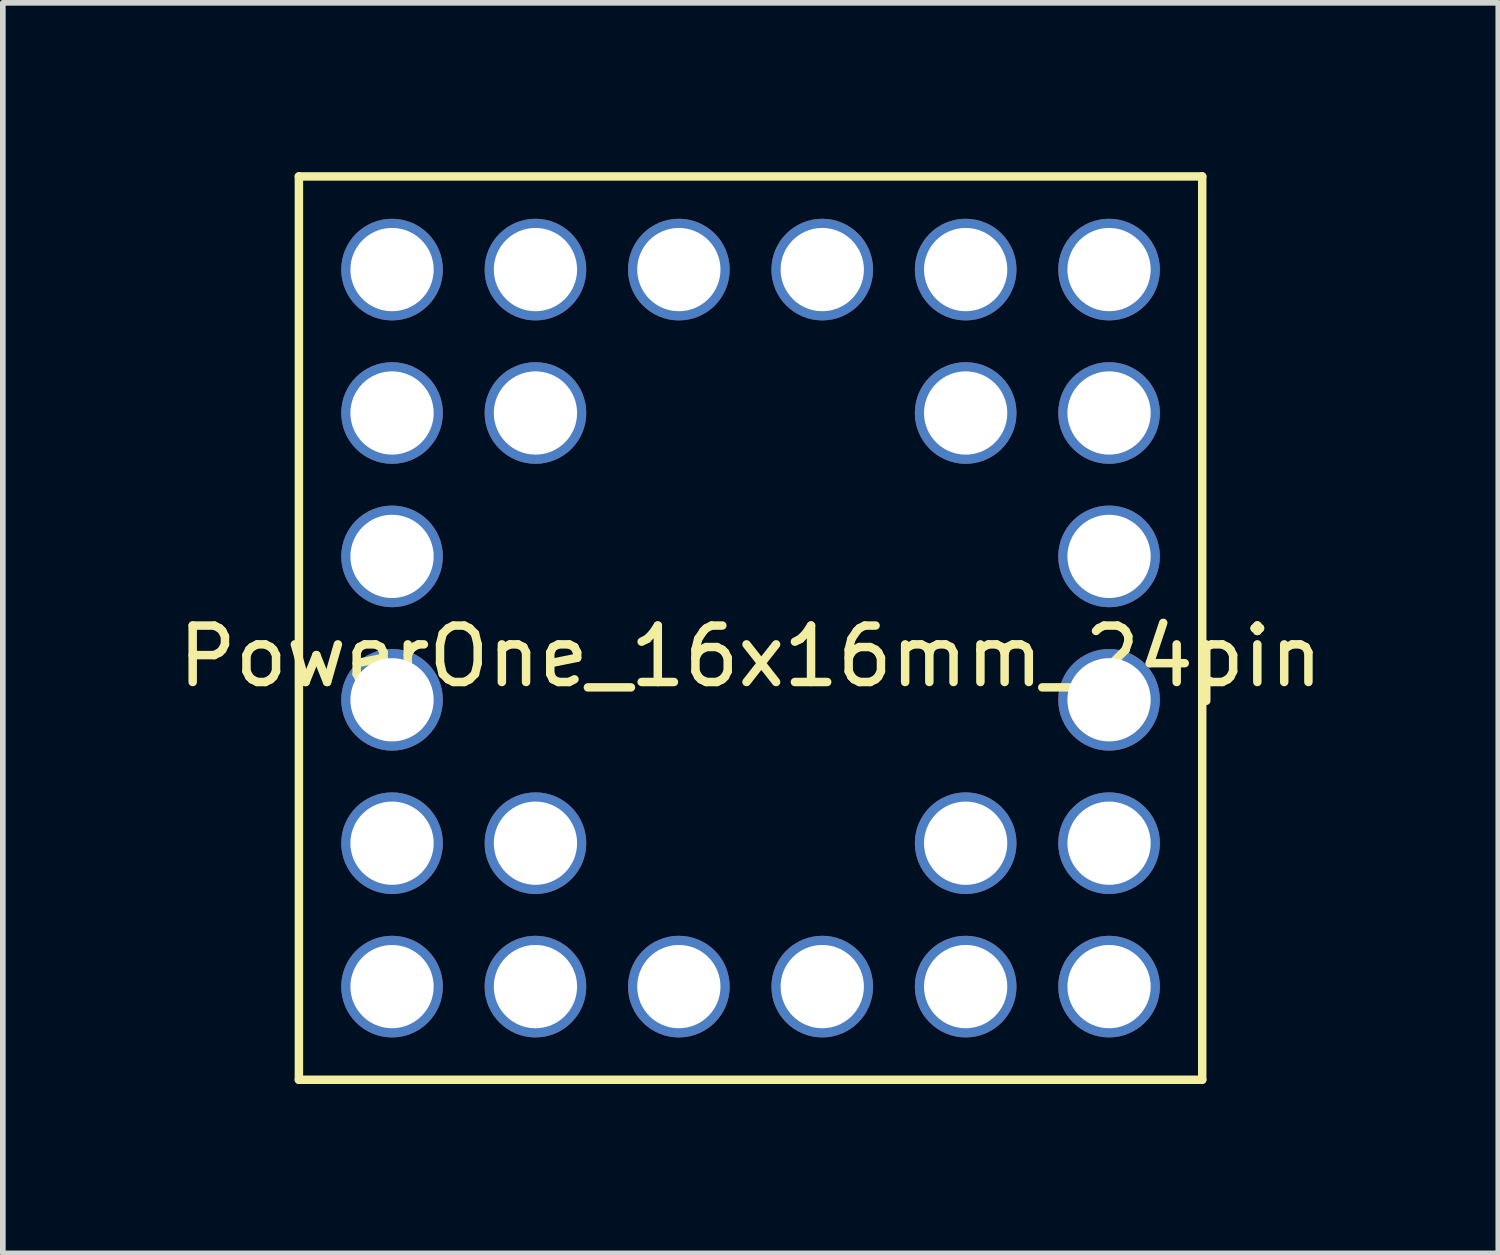
<source format=kicad_pcb>
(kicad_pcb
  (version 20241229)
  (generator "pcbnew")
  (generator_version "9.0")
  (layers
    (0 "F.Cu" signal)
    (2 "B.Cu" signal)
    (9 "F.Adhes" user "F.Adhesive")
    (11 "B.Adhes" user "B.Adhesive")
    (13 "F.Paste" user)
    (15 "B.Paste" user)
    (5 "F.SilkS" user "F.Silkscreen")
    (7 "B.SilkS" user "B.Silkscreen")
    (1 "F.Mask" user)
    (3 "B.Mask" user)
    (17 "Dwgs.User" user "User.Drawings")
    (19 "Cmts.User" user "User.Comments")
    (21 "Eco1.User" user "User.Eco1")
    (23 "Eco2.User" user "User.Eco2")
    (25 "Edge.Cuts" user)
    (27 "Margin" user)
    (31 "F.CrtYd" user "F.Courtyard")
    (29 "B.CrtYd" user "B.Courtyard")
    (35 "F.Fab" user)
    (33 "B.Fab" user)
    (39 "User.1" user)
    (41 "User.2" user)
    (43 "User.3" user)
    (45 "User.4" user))
  (footprint "PowerOne_16x16mm_24pin"
    (layer "F.Cu")
    (at 10.244 8.075)
    (property "Reference" "PowerOne_16x16mm_24pin" (at 0 0.5 0) (layer "F.SilkS") (effects (font (size 1 1) (thickness 0.15))))
    (attr through_hole)
    (fp_line (start -8 -8) (end 8 -8) (stroke (width 0.15) (type solid)) (layer "F.SilkS"))
    (fp_line (start -8 8) (end -8 -8) (stroke (width 0.15) (type solid)) (layer "F.SilkS"))
    (fp_line (start 8 -8) (end 8 8) (stroke (width 0.15) (type solid)) (layer "F.SilkS"))
    (fp_line (start 8 8) (end -8 8) (stroke (width 0.15) (type solid)) (layer "F.SilkS"))
    (pad "1" thru_hole circle (at -6.35 -6.35) (size 1.8 1.8) (drill 1.475) (layers "*.Cu" "*.Mask"))
    (pad "1" thru_hole circle (at -6.35 -3.81) (size 1.8 1.8) (drill 1.475) (layers "*.Cu" "*.Mask"))
    (pad "1" thru_hole circle (at -6.35 -1.27) (size 1.8 1.8) (drill 1.475) (layers "*.Cu" "*.Mask"))
    (pad "1" thru_hole circle (at -6.35 1.27) (size 1.8 1.8) (drill 1.475) (layers "*.Cu" "*.Mask"))
    (pad "1" thru_hole circle (at -6.35 3.81) (size 1.8 1.8) (drill 1.475) (layers "*.Cu" "*.Mask"))
    (pad "1" thru_hole circle (at -6.35 6.35) (size 1.8 1.8) (drill 1.475) (layers "*.Cu" "*.Mask"))
    (pad "1" thru_hole circle (at -3.81 -6.35) (size 1.8 1.8) (drill 1.475) (layers "*.Cu" "*.Mask"))
    (pad "1" thru_hole circle (at -3.81 -3.81) (size 1.8 1.8) (drill 1.475) (layers "*.Cu" "*.Mask"))
    (pad "1" thru_hole circle (at -3.81 3.81) (size 1.8 1.8) (drill 1.475) (layers "*.Cu" "*.Mask"))
    (pad "1" thru_hole circle (at -3.81 6.35) (size 1.8 1.8) (drill 1.475) (layers "*.Cu" "*.Mask"))
    (pad "1" thru_hole circle (at -1.27 -6.35) (size 1.8 1.8) (drill 1.475) (layers "*.Cu" "*.Mask"))
    (pad "1" thru_hole circle (at -1.27 6.35) (size 1.8 1.8) (drill 1.475) (layers "*.Cu" "*.Mask"))
    (pad "1" thru_hole circle (at 1.27 -6.35) (size 1.8 1.8) (drill 1.475) (layers "*.Cu" "*.Mask"))
    (pad "1" thru_hole circle (at 1.27 6.35) (size 1.8 1.8) (drill 1.475) (layers "*.Cu" "*.Mask"))
    (pad "1" thru_hole circle (at 3.81 -6.35) (size 1.8 1.8) (drill 1.475) (layers "*.Cu" "*.Mask"))
    (pad "1" thru_hole circle (at 3.81 -3.81) (size 1.8 1.8) (drill 1.475) (layers "*.Cu" "*.Mask"))
    (pad "1" thru_hole circle (at 3.81 3.81) (size 1.8 1.8) (drill 1.475) (layers "*.Cu" "*.Mask"))
    (pad "1" thru_hole circle (at 3.81 6.35) (size 1.8 1.8) (drill 1.475) (layers "*.Cu" "*.Mask"))
    (pad "1" thru_hole circle (at 6.35 -6.35) (size 1.8 1.8) (drill 1.475) (layers "*.Cu" "*.Mask"))
    (pad "1" thru_hole circle (at 6.35 -3.81) (size 1.8 1.8) (drill 1.475) (layers "*.Cu" "*.Mask"))
    (pad "1" thru_hole circle (at 6.35 -1.27) (size 1.8 1.8) (drill 1.475) (layers "*.Cu" "*.Mask"))
    (pad "1" thru_hole circle (at 6.35 1.27) (size 1.8 1.8) (drill 1.475) (layers "*.Cu" "*.Mask"))
    (pad "1" thru_hole circle (at 6.35 3.81) (size 1.8 1.8) (drill 1.475) (layers "*.Cu" "*.Mask"))
    (pad "1" thru_hole circle (at 6.35 6.35) (size 1.8 1.8) (drill 1.475) (layers "*.Cu" "*.Mask")))
  (gr_rect
    (start -3 -3)
    (end 23.488 19.15)
    (stroke (width 0.1) (type default))
    (fill no)
    (layer "Edge.Cuts")))
</source>
